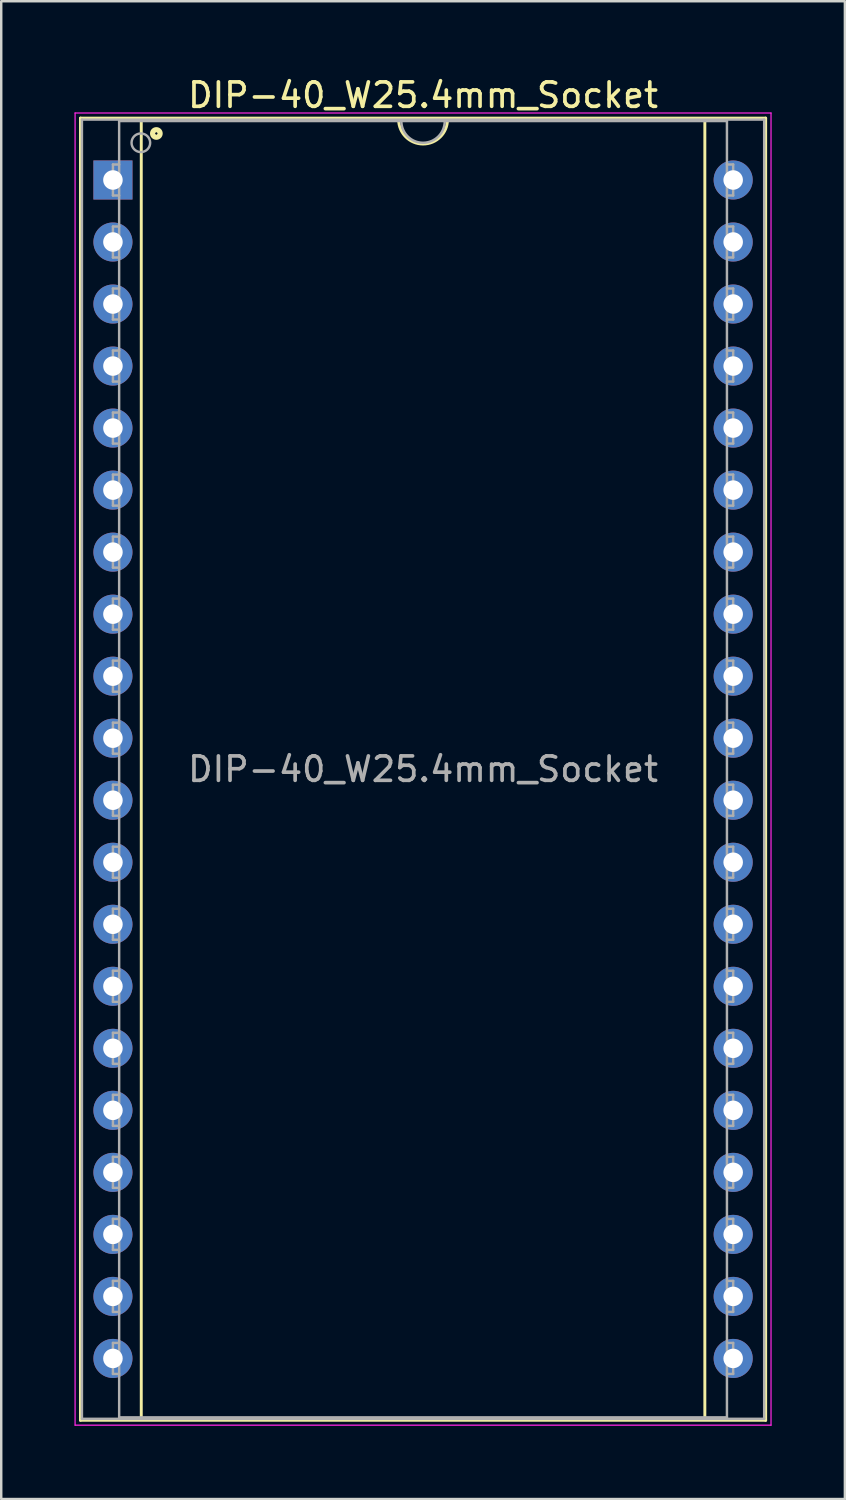
<source format=kicad_pcb>
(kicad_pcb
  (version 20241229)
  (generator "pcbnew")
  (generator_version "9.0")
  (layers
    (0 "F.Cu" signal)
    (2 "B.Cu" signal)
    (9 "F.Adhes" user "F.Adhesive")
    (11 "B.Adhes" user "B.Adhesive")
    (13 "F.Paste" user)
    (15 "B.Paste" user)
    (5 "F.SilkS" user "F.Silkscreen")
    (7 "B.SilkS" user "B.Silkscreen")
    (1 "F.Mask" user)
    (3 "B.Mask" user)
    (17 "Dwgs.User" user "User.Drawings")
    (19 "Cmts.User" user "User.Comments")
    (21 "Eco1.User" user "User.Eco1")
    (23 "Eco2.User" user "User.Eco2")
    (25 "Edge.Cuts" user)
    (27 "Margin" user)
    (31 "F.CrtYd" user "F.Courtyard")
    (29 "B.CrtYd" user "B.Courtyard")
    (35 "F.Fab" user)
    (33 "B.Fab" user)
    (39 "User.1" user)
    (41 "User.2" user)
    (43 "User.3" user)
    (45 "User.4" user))
  (footprint "DIP-40_W25.4mm_Socket"
    (layer "F.Cu")
    (at 1.575 4.321)
    (property "Reference" "DIP-40_W25.4mm_Socket" (at 12.7 -3.473 0) (layer "F.SilkS") (effects (font (size 1 1) (thickness 0.15))))
    (attr through_hole)
    (fp_line (start -1.33 -2.533) (end -1.33 50.793) (stroke (width 0.12) (type solid)) (layer "F.SilkS"))
    (fp_line (start -1.33 50.793) (end 26.73 50.793) (stroke (width 0.12) (type solid)) (layer "F.SilkS"))
    (fp_line (start 1.16 -2.473) (end 1.16 50.733) (stroke (width 0.12) (type solid)) (layer "F.SilkS"))
    (fp_line (start 1.16 50.733) (end 24.24 50.733) (stroke (width 0.12) (type solid)) (layer "F.SilkS"))
    (fp_line (start 11.7 -2.473) (end 1.16 -2.473) (stroke (width 0.12) (type solid)) (layer "F.SilkS"))
    (fp_line (start 24.24 -2.473) (end 13.7 -2.473) (stroke (width 0.12) (type solid)) (layer "F.SilkS"))
    (fp_line (start 24.24 50.733) (end 24.24 -2.473) (stroke (width 0.12) (type solid)) (layer "F.SilkS"))
    (fp_line (start 26.73 -2.533) (end -1.33 -2.533) (stroke (width 0.12) (type solid)) (layer "F.SilkS"))
    (fp_line (start 26.73 50.793) (end 26.73 -2.533) (stroke (width 0.12) (type solid)) (layer "F.SilkS"))
    (fp_arc (start 13.7 -2.473) (mid 12.7 -1.473) (end 11.7 -2.473) (stroke (width 0.12) (type solid)) (layer "F.SilkS"))
    (fp_circle (center 1.778 -1.905) (end 1.828 -1.905) (stroke (width 0.12) (type solid)) (fill no) (layer "F.SilkS"))
    (fp_circle (center 1.778 -1.905) (end 1.903 -1.905) (stroke (width 0.12) (type solid)) (fill no) (layer "F.SilkS"))
    (fp_circle (center 1.778 -1.905) (end 1.978 -1.905) (stroke (width 0.12) (type solid)) (fill no) (layer "F.SilkS"))
    (fp_line (start -1.55 -2.743) (end -1.55 50.993) (stroke (width 0.05) (type solid)) (layer "F.CrtYd"))
    (fp_line (start -1.55 50.993) (end 26.95 50.993) (stroke (width 0.05) (type solid)) (layer "F.CrtYd"))
    (fp_line (start 26.95 -2.743) (end -1.55 -2.743) (stroke (width 0.05) (type solid)) (layer "F.CrtYd"))
    (fp_line (start 26.95 50.993) (end 26.95 -2.743) (stroke (width 0.05) (type solid)) (layer "F.CrtYd"))
    (fp_line (start -1.27 -2.473) (end -1.27 50.733) (stroke (width 0.1) (type solid)) (layer "F.Fab"))
    (fp_line (start -1.27 50.733) (end 26.67 50.733) (stroke (width 0.1) (type solid)) (layer "F.Fab"))
    (fp_line (start 0 -0.635) (end 0 0.635) (stroke (width 0.1) (type solid)) (layer "F.Fab"))
    (fp_line (start 0 -0.635) (end 0.254 -0.635) (stroke (width 0.1) (type solid)) (layer "F.Fab"))
    (fp_line (start 0 0.635) (end 0.254 0.635) (stroke (width 0.1) (type solid)) (layer "F.Fab"))
    (fp_line (start 0 1.905) (end 0 3.175) (stroke (width 0.1) (type solid)) (layer "F.Fab"))
    (fp_line (start 0 1.905) (end 0.254 1.905) (stroke (width 0.1) (type solid)) (layer "F.Fab"))
    (fp_line (start 0 3.175) (end 0.254 3.175) (stroke (width 0.1) (type solid)) (layer "F.Fab"))
    (fp_line (start 0 4.445) (end 0 5.715) (stroke (width 0.1) (type solid)) (layer "F.Fab"))
    (fp_line (start 0 4.445) (end 0.254 4.445) (stroke (width 0.1) (type solid)) (layer "F.Fab"))
    (fp_line (start 0 5.715) (end 0.254 5.715) (stroke (width 0.1) (type solid)) (layer "F.Fab"))
    (fp_line (start 0 6.985) (end 0 8.255) (stroke (width 0.1) (type solid)) (layer "F.Fab"))
    (fp_line (start 0 6.985) (end 0.254 6.985) (stroke (width 0.1) (type solid)) (layer "F.Fab"))
    (fp_line (start 0 8.255) (end 0.254 8.255) (stroke (width 0.1) (type solid)) (layer "F.Fab"))
    (fp_line (start 0 9.525) (end 0 10.795) (stroke (width 0.1) (type solid)) (layer "F.Fab"))
    (fp_line (start 0 9.525) (end 0.254 9.525) (stroke (width 0.1) (type solid)) (layer "F.Fab"))
    (fp_line (start 0 10.795) (end 0.254 10.795) (stroke (width 0.1) (type solid)) (layer "F.Fab"))
    (fp_line (start 0 12.065) (end 0 13.335) (stroke (width 0.1) (type solid)) (layer "F.Fab"))
    (fp_line (start 0 12.065) (end 0.254 12.065) (stroke (width 0.1) (type solid)) (layer "F.Fab"))
    (fp_line (start 0 13.335) (end 0.254 13.335) (stroke (width 0.1) (type solid)) (layer "F.Fab"))
    (fp_line (start 0 14.605) (end 0 15.875) (stroke (width 0.1) (type solid)) (layer "F.Fab"))
    (fp_line (start 0 14.605) (end 0.254 14.605) (stroke (width 0.1) (type solid)) (layer "F.Fab"))
    (fp_line (start 0 15.875) (end 0.254 15.875) (stroke (width 0.1) (type solid)) (layer "F.Fab"))
    (fp_line (start 0 17.145) (end 0 18.415) (stroke (width 0.1) (type solid)) (layer "F.Fab"))
    (fp_line (start 0 17.145) (end 0.254 17.145) (stroke (width 0.1) (type solid)) (layer "F.Fab"))
    (fp_line (start 0 18.415) (end 0.254 18.415) (stroke (width 0.1) (type solid)) (layer "F.Fab"))
    (fp_line (start 0 19.685) (end 0 20.955) (stroke (width 0.1) (type solid)) (layer "F.Fab"))
    (fp_line (start 0 19.685) (end 0.254 19.685) (stroke (width 0.1) (type solid)) (layer "F.Fab"))
    (fp_line (start 0 20.955) (end 0.254 20.955) (stroke (width 0.1) (type solid)) (layer "F.Fab"))
    (fp_line (start 0 22.225) (end 0 23.495) (stroke (width 0.1) (type solid)) (layer "F.Fab"))
    (fp_line (start 0 22.225) (end 0.254 22.225) (stroke (width 0.1) (type solid)) (layer "F.Fab"))
    (fp_line (start 0 23.495) (end 0.254 23.495) (stroke (width 0.1) (type solid)) (layer "F.Fab"))
    (fp_line (start 0 24.765) (end 0 26.035) (stroke (width 0.1) (type solid)) (layer "F.Fab"))
    (fp_line (start 0 24.765) (end 0.254 24.765) (stroke (width 0.1) (type solid)) (layer "F.Fab"))
    (fp_line (start 0 26.035) (end 0.254 26.035) (stroke (width 0.1) (type solid)) (layer "F.Fab"))
    (fp_line (start 0 27.305) (end 0 28.575) (stroke (width 0.1) (type solid)) (layer "F.Fab"))
    (fp_line (start 0 27.305) (end 0.254 27.305) (stroke (width 0.1) (type solid)) (layer "F.Fab"))
    (fp_line (start 0 28.575) (end 0.254 28.575) (stroke (width 0.1) (type solid)) (layer "F.Fab"))
    (fp_line (start 0 29.845) (end 0 31.115) (stroke (width 0.1) (type solid)) (layer "F.Fab"))
    (fp_line (start 0 29.845) (end 0.254 29.845) (stroke (width 0.1) (type solid)) (layer "F.Fab"))
    (fp_line (start 0 31.115) (end 0.254 31.115) (stroke (width 0.1) (type solid)) (layer "F.Fab"))
    (fp_line (start 0 32.385) (end 0 33.655) (stroke (width 0.1) (type solid)) (layer "F.Fab"))
    (fp_line (start 0 32.385) (end 0.254 32.385) (stroke (width 0.1) (type solid)) (layer "F.Fab"))
    (fp_line (start 0 33.655) (end 0.254 33.655) (stroke (width 0.1) (type solid)) (layer "F.Fab"))
    (fp_line (start 0 34.925) (end 0 36.195) (stroke (width 0.1) (type solid)) (layer "F.Fab"))
    (fp_line (start 0 34.925) (end 0.254 34.925) (stroke (width 0.1) (type solid)) (layer "F.Fab"))
    (fp_line (start 0 36.195) (end 0.254 36.195) (stroke (width 0.1) (type solid)) (layer "F.Fab"))
    (fp_line (start 0 37.465) (end 0 38.735) (stroke (width 0.1) (type solid)) (layer "F.Fab"))
    (fp_line (start 0 37.465) (end 0.254 37.465) (stroke (width 0.1) (type solid)) (layer "F.Fab"))
    (fp_line (start 0 38.735) (end 0.254 38.735) (stroke (width 0.1) (type solid)) (layer "F.Fab"))
    (fp_line (start 0 40.005) (end 0 41.275) (stroke (width 0.1) (type solid)) (layer "F.Fab"))
    (fp_line (start 0 40.005) (end 0.254 40.005) (stroke (width 0.1) (type solid)) (layer "F.Fab"))
    (fp_line (start 0 41.275) (end 0.254 41.275) (stroke (width 0.1) (type solid)) (layer "F.Fab"))
    (fp_line (start 0 42.545) (end 0 43.815) (stroke (width 0.1) (type solid)) (layer "F.Fab"))
    (fp_line (start 0 42.545) (end 0.254 42.545) (stroke (width 0.1) (type solid)) (layer "F.Fab"))
    (fp_line (start 0 43.815) (end 0.254 43.815) (stroke (width 0.1) (type solid)) (layer "F.Fab"))
    (fp_line (start 0 45.085) (end 0 46.355) (stroke (width 0.1) (type solid)) (layer "F.Fab"))
    (fp_line (start 0 45.085) (end 0.254 45.085) (stroke (width 0.1) (type solid)) (layer "F.Fab"))
    (fp_line (start 0 46.355) (end 0.254 46.355) (stroke (width 0.1) (type solid)) (layer "F.Fab"))
    (fp_line (start 0 47.625) (end 0 48.895) (stroke (width 0.1) (type solid)) (layer "F.Fab"))
    (fp_line (start 0 47.625) (end 0.254 47.625) (stroke (width 0.1) (type solid)) (layer "F.Fab"))
    (fp_line (start 0 48.895) (end 0.254 48.895) (stroke (width 0.1) (type solid)) (layer "F.Fab"))
    (fp_line (start 0.254 -2.413) (end 25.145 -2.413) (stroke (width 0.1) (type solid)) (layer "F.Fab"))
    (fp_line (start 0.255 50.673) (end 0.254 -2.413) (stroke (width 0.1) (type solid)) (layer "F.Fab"))
    (fp_line (start 25.145 -2.413) (end 25.145 50.673) (stroke (width 0.1) (type solid)) (layer "F.Fab"))
    (fp_line (start 25.145 50.673) (end 0.255 50.673) (stroke (width 0.1) (type solid)) (layer "F.Fab"))
    (fp_line (start 25.4 -0.635) (end 25.146 -0.635) (stroke (width 0.1) (type solid)) (layer "F.Fab"))
    (fp_line (start 25.4 0.635) (end 25.146 0.635) (stroke (width 0.1) (type solid)) (layer "F.Fab"))
    (fp_line (start 25.4 0.635) (end 25.4 -0.635) (stroke (width 0.1) (type solid)) (layer "F.Fab"))
    (fp_line (start 25.4 1.905) (end 25.146 1.905) (stroke (width 0.1) (type solid)) (layer "F.Fab"))
    (fp_line (start 25.4 3.175) (end 25.146 3.175) (stroke (width 0.1) (type solid)) (layer "F.Fab"))
    (fp_line (start 25.4 3.175) (end 25.4 1.905) (stroke (width 0.1) (type solid)) (layer "F.Fab"))
    (fp_line (start 25.4 4.445) (end 25.146 4.445) (stroke (width 0.1) (type solid)) (layer "F.Fab"))
    (fp_line (start 25.4 5.715) (end 25.146 5.715) (stroke (width 0.1) (type solid)) (layer "F.Fab"))
    (fp_line (start 25.4 5.715) (end 25.4 4.445) (stroke (width 0.1) (type solid)) (layer "F.Fab"))
    (fp_line (start 25.4 6.985) (end 25.146 6.985) (stroke (width 0.1) (type solid)) (layer "F.Fab"))
    (fp_line (start 25.4 8.255) (end 25.146 8.255) (stroke (width 0.1) (type solid)) (layer "F.Fab"))
    (fp_line (start 25.4 8.255) (end 25.4 6.985) (stroke (width 0.1) (type solid)) (layer "F.Fab"))
    (fp_line (start 25.4 9.525) (end 25.146 9.525) (stroke (width 0.1) (type solid)) (layer "F.Fab"))
    (fp_line (start 25.4 10.795) (end 25.146 10.795) (stroke (width 0.1) (type solid)) (layer "F.Fab"))
    (fp_line (start 25.4 10.795) (end 25.4 9.525) (stroke (width 0.1) (type solid)) (layer "F.Fab"))
    (fp_line (start 25.4 12.065) (end 25.146 12.065) (stroke (width 0.1) (type solid)) (layer "F.Fab"))
    (fp_line (start 25.4 13.335) (end 25.146 13.335) (stroke (width 0.1) (type solid)) (layer "F.Fab"))
    (fp_line (start 25.4 13.335) (end 25.4 12.065) (stroke (width 0.1) (type solid)) (layer "F.Fab"))
    (fp_line (start 25.4 14.605) (end 25.146 14.605) (stroke (width 0.1) (type solid)) (layer "F.Fab"))
    (fp_line (start 25.4 15.875) (end 25.146 15.875) (stroke (width 0.1) (type solid)) (layer "F.Fab"))
    (fp_line (start 25.4 15.875) (end 25.4 14.605) (stroke (width 0.1) (type solid)) (layer "F.Fab"))
    (fp_line (start 25.4 17.145) (end 25.146 17.145) (stroke (width 0.1) (type solid)) (layer "F.Fab"))
    (fp_line (start 25.4 18.415) (end 25.146 18.415) (stroke (width 0.1) (type solid)) (layer "F.Fab"))
    (fp_line (start 25.4 18.415) (end 25.4 17.145) (stroke (width 0.1) (type solid)) (layer "F.Fab"))
    (fp_line (start 25.4 19.685) (end 25.146 19.685) (stroke (width 0.1) (type solid)) (layer "F.Fab"))
    (fp_line (start 25.4 20.955) (end 25.146 20.955) (stroke (width 0.1) (type solid)) (layer "F.Fab"))
    (fp_line (start 25.4 20.955) (end 25.4 19.685) (stroke (width 0.1) (type solid)) (layer "F.Fab"))
    (fp_line (start 25.4 22.225) (end 25.146 22.225) (stroke (width 0.1) (type solid)) (layer "F.Fab"))
    (fp_line (start 25.4 23.495) (end 25.146 23.495) (stroke (width 0.1) (type solid)) (layer "F.Fab"))
    (fp_line (start 25.4 23.495) (end 25.4 22.225) (stroke (width 0.1) (type solid)) (layer "F.Fab"))
    (fp_line (start 25.4 24.765) (end 25.146 24.765) (stroke (width 0.1) (type solid)) (layer "F.Fab"))
    (fp_line (start 25.4 26.035) (end 25.146 26.035) (stroke (width 0.1) (type solid)) (layer "F.Fab"))
    (fp_line (start 25.4 26.035) (end 25.4 24.765) (stroke (width 0.1) (type solid)) (layer "F.Fab"))
    (fp_line (start 25.4 27.305) (end 25.146 27.305) (stroke (width 0.1) (type solid)) (layer "F.Fab"))
    (fp_line (start 25.4 28.575) (end 25.146 28.575) (stroke (width 0.1) (type solid)) (layer "F.Fab"))
    (fp_line (start 25.4 28.575) (end 25.4 27.305) (stroke (width 0.1) (type solid)) (layer "F.Fab"))
    (fp_line (start 25.4 29.845) (end 25.146 29.845) (stroke (width 0.1) (type solid)) (layer "F.Fab"))
    (fp_line (start 25.4 31.115) (end 25.146 31.115) (stroke (width 0.1) (type solid)) (layer "F.Fab"))
    (fp_line (start 25.4 31.115) (end 25.4 29.845) (stroke (width 0.1) (type solid)) (layer "F.Fab"))
    (fp_line (start 25.4 32.385) (end 25.146 32.385) (stroke (width 0.1) (type solid)) (layer "F.Fab"))
    (fp_line (start 25.4 33.655) (end 25.146 33.655) (stroke (width 0.1) (type solid)) (layer "F.Fab"))
    (fp_line (start 25.4 33.655) (end 25.4 32.385) (stroke (width 0.1) (type solid)) (layer "F.Fab"))
    (fp_line (start 25.4 34.925) (end 25.146 34.925) (stroke (width 0.1) (type solid)) (layer "F.Fab"))
    (fp_line (start 25.4 36.195) (end 25.146 36.195) (stroke (width 0.1) (type solid)) (layer "F.Fab"))
    (fp_line (start 25.4 36.195) (end 25.4 34.925) (stroke (width 0.1) (type solid)) (layer "F.Fab"))
    (fp_line (start 25.4 37.465) (end 25.146 37.465) (stroke (width 0.1) (type solid)) (layer "F.Fab"))
    (fp_line (start 25.4 38.735) (end 25.146 38.735) (stroke (width 0.1) (type solid)) (layer "F.Fab"))
    (fp_line (start 25.4 38.735) (end 25.4 37.465) (stroke (width 0.1) (type solid)) (layer "F.Fab"))
    (fp_line (start 25.4 40.005) (end 25.146 40.005) (stroke (width 0.1) (type solid)) (layer "F.Fab"))
    (fp_line (start 25.4 41.275) (end 25.146 41.275) (stroke (width 0.1) (type solid)) (layer "F.Fab"))
    (fp_line (start 25.4 41.275) (end 25.4 40.005) (stroke (width 0.1) (type solid)) (layer "F.Fab"))
    (fp_line (start 25.4 42.545) (end 25.146 42.545) (stroke (width 0.1) (type solid)) (layer "F.Fab"))
    (fp_line (start 25.4 43.815) (end 25.146 43.815) (stroke (width 0.1) (type solid)) (layer "F.Fab"))
    (fp_line (start 25.4 43.815) (end 25.4 42.545) (stroke (width 0.1) (type solid)) (layer "F.Fab"))
    (fp_line (start 25.4 45.085) (end 25.146 45.085) (stroke (width 0.1) (type solid)) (layer "F.Fab"))
    (fp_line (start 25.4 46.355) (end 25.146 46.355) (stroke (width 0.1) (type solid)) (layer "F.Fab"))
    (fp_line (start 25.4 46.355) (end 25.4 45.085) (stroke (width 0.1) (type solid)) (layer "F.Fab"))
    (fp_line (start 25.4 47.625) (end 25.146 47.625) (stroke (width 0.1) (type solid)) (layer "F.Fab"))
    (fp_line (start 25.4 48.895) (end 25.146 48.895) (stroke (width 0.1) (type solid)) (layer "F.Fab"))
    (fp_line (start 25.4 48.895) (end 25.4 47.625) (stroke (width 0.1) (type solid)) (layer "F.Fab"))
    (fp_line (start 26.67 -2.473) (end -1.27 -2.473) (stroke (width 0.1) (type solid)) (layer "F.Fab"))
    (fp_line (start 26.67 50.733) (end 26.67 -2.473) (stroke (width 0.1) (type solid)) (layer "F.Fab"))
    (fp_arc (start 13.589 -2.413) (mid 12.7 -1.524) (end 11.811 -2.413) (stroke (width 0.1) (type solid)) (layer "F.Fab"))
    (fp_circle (center 1.143 -1.524) (end 1.524 -1.524) (stroke (width 0.1) (type solid)) (fill no) (layer "F.Fab"))
    (fp_text user "${REFERENCE}" (at 12.7 24.13 0) (layer "F.Fab") (effects (font (size 1 1) (thickness 0.15))))
    (pad "1" thru_hole rect (at 0 0) (size 1.6 1.6) (drill 0.8) (layers "*.Cu" "*.Mask"))
    (pad "2" thru_hole oval (at 0 2.54) (size 1.6 1.6) (drill 0.8) (layers "*.Cu" "*.Mask"))
    (pad "3" thru_hole oval (at 0 5.08) (size 1.6 1.6) (drill 0.8) (layers "*.Cu" "*.Mask"))
    (pad "4" thru_hole oval (at 0 7.62) (size 1.6 1.6) (drill 0.8) (layers "*.Cu" "*.Mask"))
    (pad "5" thru_hole oval (at 0 10.16) (size 1.6 1.6) (drill 0.8) (layers "*.Cu" "*.Mask"))
    (pad "6" thru_hole oval (at 0 12.7) (size 1.6 1.6) (drill 0.8) (layers "*.Cu" "*.Mask"))
    (pad "7" thru_hole oval (at 0 15.24) (size 1.6 1.6) (drill 0.8) (layers "*.Cu" "*.Mask"))
    (pad "8" thru_hole oval (at 0 17.78) (size 1.6 1.6) (drill 0.8) (layers "*.Cu" "*.Mask"))
    (pad "9" thru_hole oval (at 0 20.32) (size 1.6 1.6) (drill 0.8) (layers "*.Cu" "*.Mask"))
    (pad "10" thru_hole oval (at 0 22.86) (size 1.6 1.6) (drill 0.8) (layers "*.Cu" "*.Mask"))
    (pad "11" thru_hole oval (at 0 25.4) (size 1.6 1.6) (drill 0.8) (layers "*.Cu" "*.Mask"))
    (pad "12" thru_hole oval (at 0 27.94) (size 1.6 1.6) (drill 0.8) (layers "*.Cu" "*.Mask"))
    (pad "13" thru_hole oval (at 0 30.48) (size 1.6 1.6) (drill 0.8) (layers "*.Cu" "*.Mask"))
    (pad "14" thru_hole oval (at 0 33.02) (size 1.6 1.6) (drill 0.8) (layers "*.Cu" "*.Mask"))
    (pad "15" thru_hole oval (at 0 35.56) (size 1.6 1.6) (drill 0.8) (layers "*.Cu" "*.Mask"))
    (pad "16" thru_hole oval (at 0 38.1) (size 1.6 1.6) (drill 0.8) (layers "*.Cu" "*.Mask"))
    (pad "17" thru_hole oval (at 0 40.64) (size 1.6 1.6) (drill 0.8) (layers "*.Cu" "*.Mask"))
    (pad "18" thru_hole oval (at 0 43.18) (size 1.6 1.6) (drill 0.8) (layers "*.Cu" "*.Mask"))
    (pad "19" thru_hole oval (at 0 45.72) (size 1.6 1.6) (drill 0.8) (layers "*.Cu" "*.Mask"))
    (pad "20" thru_hole oval (at 0 48.26) (size 1.6 1.6) (drill 0.8) (layers "*.Cu" "*.Mask"))
    (pad "21" thru_hole oval (at 25.4 48.26) (size 1.6 1.6) (drill 0.8) (layers "*.Cu" "*.Mask"))
    (pad "22" thru_hole oval (at 25.4 45.72) (size 1.6 1.6) (drill 0.8) (layers "*.Cu" "*.Mask"))
    (pad "23" thru_hole oval (at 25.4 43.18) (size 1.6 1.6) (drill 0.8) (layers "*.Cu" "*.Mask"))
    (pad "24" thru_hole oval (at 25.4 40.64) (size 1.6 1.6) (drill 0.8) (layers "*.Cu" "*.Mask"))
    (pad "25" thru_hole oval (at 25.4 38.1) (size 1.6 1.6) (drill 0.8) (layers "*.Cu" "*.Mask"))
    (pad "26" thru_hole oval (at 25.4 35.56) (size 1.6 1.6) (drill 0.8) (layers "*.Cu" "*.Mask"))
    (pad "27" thru_hole oval (at 25.4 33.02) (size 1.6 1.6) (drill 0.8) (layers "*.Cu" "*.Mask"))
    (pad "28" thru_hole oval (at 25.4 30.48) (size 1.6 1.6) (drill 0.8) (layers "*.Cu" "*.Mask"))
    (pad "29" thru_hole oval (at 25.4 27.94) (size 1.6 1.6) (drill 0.8) (layers "*.Cu" "*.Mask"))
    (pad "30" thru_hole oval (at 25.4 25.4) (size 1.6 1.6) (drill 0.8) (layers "*.Cu" "*.Mask"))
    (pad "31" thru_hole oval (at 25.4 22.86) (size 1.6 1.6) (drill 0.8) (layers "*.Cu" "*.Mask"))
    (pad "32" thru_hole oval (at 25.4 20.32) (size 1.6 1.6) (drill 0.8) (layers "*.Cu" "*.Mask"))
    (pad "33" thru_hole oval (at 25.4 17.78) (size 1.6 1.6) (drill 0.8) (layers "*.Cu" "*.Mask"))
    (pad "34" thru_hole oval (at 25.4 15.24) (size 1.6 1.6) (drill 0.8) (layers "*.Cu" "*.Mask"))
    (pad "35" thru_hole oval (at 25.4 12.7) (size 1.6 1.6) (drill 0.8) (layers "*.Cu" "*.Mask"))
    (pad "36" thru_hole oval (at 25.4 10.16) (size 1.6 1.6) (drill 0.8) (layers "*.Cu" "*.Mask"))
    (pad "37" thru_hole oval (at 25.4 7.62) (size 1.6 1.6) (drill 0.8) (layers "*.Cu" "*.Mask"))
    (pad "38" thru_hole oval (at 25.4 5.08) (size 1.6 1.6) (drill 0.8) (layers "*.Cu" "*.Mask"))
    (pad "39" thru_hole oval (at 25.4 2.54) (size 1.6 1.6) (drill 0.8) (layers "*.Cu" "*.Mask"))
    (pad "40" thru_hole oval (at 25.4 0) (size 1.6 1.6) (drill 0.8) (layers "*.Cu" "*.Mask")))
  (gr_rect
    (start -3 -3)
    (end 31.55 58.339)
    (stroke (width 0.1) (type default))
    (fill no)
    (layer "Edge.Cuts")))
</source>
